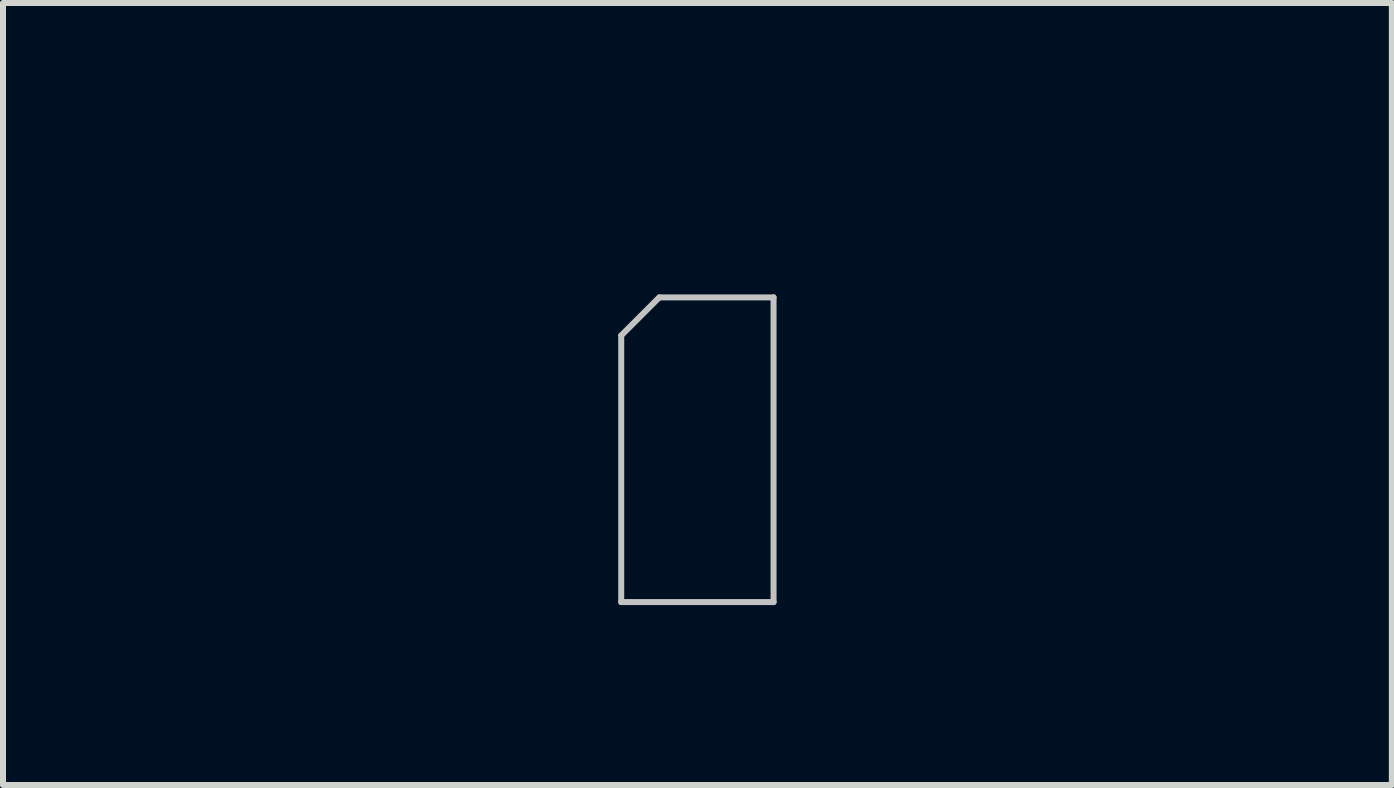
<source format=kicad_pcb>
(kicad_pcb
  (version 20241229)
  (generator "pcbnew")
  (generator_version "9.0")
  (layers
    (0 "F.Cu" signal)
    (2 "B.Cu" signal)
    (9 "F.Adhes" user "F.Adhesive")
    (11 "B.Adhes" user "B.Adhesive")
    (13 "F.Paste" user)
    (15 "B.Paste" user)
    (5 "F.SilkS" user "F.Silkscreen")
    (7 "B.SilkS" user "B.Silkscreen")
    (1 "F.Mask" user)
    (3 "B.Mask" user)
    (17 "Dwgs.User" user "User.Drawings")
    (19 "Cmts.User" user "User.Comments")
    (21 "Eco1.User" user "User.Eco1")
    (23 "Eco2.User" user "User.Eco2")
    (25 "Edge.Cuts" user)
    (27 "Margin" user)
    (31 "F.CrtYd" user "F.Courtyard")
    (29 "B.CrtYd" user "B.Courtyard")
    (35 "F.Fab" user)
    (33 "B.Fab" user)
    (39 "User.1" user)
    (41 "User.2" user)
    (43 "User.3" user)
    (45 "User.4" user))
  (footprint "Jumper_2.54mm_black"
    (layer "F.Cu")
    (at 8.577 3.178)
    (property "Reference" "Jumper_2.54mm_black" (at 0 -2.33 0) (layer "User.1") (effects (font (size 1 1) (thickness 0.15))))
    (fp_line (start -1.27 -0.635) (end -0.635 -1.27) (stroke (width 0.1) (type solid)) (layer "Dwgs.User"))
    (fp_line (start -1.27 3.81) (end -1.27 -0.635) (stroke (width 0.1) (type solid)) (layer "Dwgs.User"))
    (fp_line (start -0.635 -1.27) (end 1.27 -1.27) (stroke (width 0.1) (type solid)) (layer "Dwgs.User"))
    (fp_line (start 1.27 -1.27) (end 1.27 3.81) (stroke (width 0.1) (type solid)) (layer "Dwgs.User"))
    (fp_line (start 1.27 3.81) (end -1.27 3.81) (stroke (width 0.1) (type solid)) (layer "Dwgs.User")))
  (gr_rect
    (start -3 -3)
    (end 20.155 10.038)
    (stroke (width 0.1) (type default))
    (fill no)
    (layer "Edge.Cuts")))
</source>
